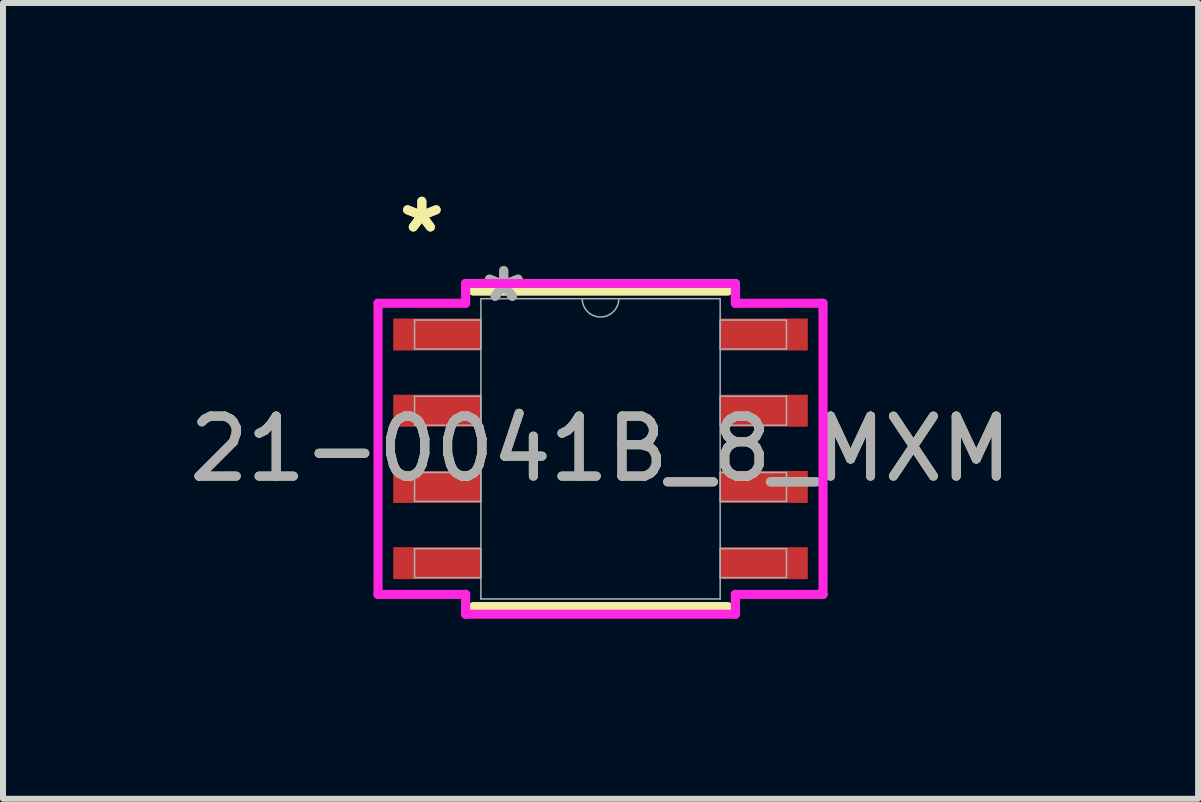
<source format=kicad_pcb>
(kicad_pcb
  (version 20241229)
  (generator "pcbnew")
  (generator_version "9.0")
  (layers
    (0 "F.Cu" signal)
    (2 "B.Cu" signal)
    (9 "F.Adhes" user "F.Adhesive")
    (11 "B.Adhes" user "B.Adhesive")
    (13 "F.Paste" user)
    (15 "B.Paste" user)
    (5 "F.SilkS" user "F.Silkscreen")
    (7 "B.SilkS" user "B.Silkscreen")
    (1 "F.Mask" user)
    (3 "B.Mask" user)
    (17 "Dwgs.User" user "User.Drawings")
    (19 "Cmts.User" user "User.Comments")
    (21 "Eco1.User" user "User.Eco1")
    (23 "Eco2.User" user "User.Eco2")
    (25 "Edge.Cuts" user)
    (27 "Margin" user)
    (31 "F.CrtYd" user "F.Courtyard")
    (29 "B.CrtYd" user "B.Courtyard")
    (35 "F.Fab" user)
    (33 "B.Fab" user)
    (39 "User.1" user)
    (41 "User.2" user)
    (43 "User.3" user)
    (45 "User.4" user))
  (footprint "21-0041B_8_MXM"
    (layer "F.Cu")
    (at 6.958 4.43)
    (property "Reference" "21-0041B_8_MXM" (at 0 0 0) (unlocked yes) (layer "F.SilkS") (effects (font (size 1 1) (thickness 0.15))))
    (attr smd)
    (fp_line (start -2.121 2.629) (end 2.121 2.629) (stroke (width 0.152) (type solid)) (layer "F.SilkS"))
    (fp_line (start 2.121 -2.629) (end -2.121 -2.629) (stroke (width 0.152) (type solid)) (layer "F.SilkS"))
    (fp_line (start -3.708 -2.426) (end -2.248 -2.426) (stroke (width 0.152) (type solid)) (layer "F.CrtYd"))
    (fp_line (start -3.708 2.426) (end -3.708 -2.426) (stroke (width 0.152) (type solid)) (layer "F.CrtYd"))
    (fp_line (start -3.708 2.426) (end -2.248 2.426) (stroke (width 0.152) (type solid)) (layer "F.CrtYd"))
    (fp_line (start -2.248 -2.756) (end 2.248 -2.756) (stroke (width 0.152) (type solid)) (layer "F.CrtYd"))
    (fp_line (start -2.248 -2.426) (end -2.248 -2.756) (stroke (width 0.152) (type solid)) (layer "F.CrtYd"))
    (fp_line (start -2.248 2.756) (end -2.248 2.426) (stroke (width 0.152) (type solid)) (layer "F.CrtYd"))
    (fp_line (start 2.248 -2.756) (end 2.248 -2.426) (stroke (width 0.152) (type solid)) (layer "F.CrtYd"))
    (fp_line (start 2.248 2.426) (end 2.248 2.756) (stroke (width 0.152) (type solid)) (layer "F.CrtYd"))
    (fp_line (start 2.248 2.756) (end -2.248 2.756) (stroke (width 0.152) (type solid)) (layer "F.CrtYd"))
    (fp_line (start 3.708 -2.426) (end 2.248 -2.426) (stroke (width 0.152) (type solid)) (layer "F.CrtYd"))
    (fp_line (start 3.708 -2.426) (end 3.708 2.426) (stroke (width 0.152) (type solid)) (layer "F.CrtYd"))
    (fp_line (start 3.708 2.426) (end 2.248 2.426) (stroke (width 0.152) (type solid)) (layer "F.CrtYd"))
    (fp_line (start -3.099 -2.146) (end -3.099 -1.664) (stroke (width 0.025) (type solid)) (layer "F.Fab"))
    (fp_line (start -3.099 -1.664) (end -1.994 -1.664) (stroke (width 0.025) (type solid)) (layer "F.Fab"))
    (fp_line (start -3.099 -0.876) (end -3.099 -0.394) (stroke (width 0.025) (type solid)) (layer "F.Fab"))
    (fp_line (start -3.099 -0.394) (end -1.994 -0.394) (stroke (width 0.025) (type solid)) (layer "F.Fab"))
    (fp_line (start -3.099 0.394) (end -3.099 0.876) (stroke (width 0.025) (type solid)) (layer "F.Fab"))
    (fp_line (start -3.099 0.876) (end -1.994 0.876) (stroke (width 0.025) (type solid)) (layer "F.Fab"))
    (fp_line (start -3.099 1.664) (end -3.099 2.146) (stroke (width 0.025) (type solid)) (layer "F.Fab"))
    (fp_line (start -3.099 2.146) (end -1.994 2.146) (stroke (width 0.025) (type solid)) (layer "F.Fab"))
    (fp_line (start -1.994 -2.502) (end -1.994 2.502) (stroke (width 0.025) (type solid)) (layer "F.Fab"))
    (fp_line (start -1.994 -2.146) (end -3.099 -2.146) (stroke (width 0.025) (type solid)) (layer "F.Fab"))
    (fp_line (start -1.994 -1.664) (end -1.994 -2.146) (stroke (width 0.025) (type solid)) (layer "F.Fab"))
    (fp_line (start -1.994 -0.876) (end -3.099 -0.876) (stroke (width 0.025) (type solid)) (layer "F.Fab"))
    (fp_line (start -1.994 -0.394) (end -1.994 -0.876) (stroke (width 0.025) (type solid)) (layer "F.Fab"))
    (fp_line (start -1.994 0.394) (end -3.099 0.394) (stroke (width 0.025) (type solid)) (layer "F.Fab"))
    (fp_line (start -1.994 0.876) (end -1.994 0.394) (stroke (width 0.025) (type solid)) (layer "F.Fab"))
    (fp_line (start -1.994 1.664) (end -3.099 1.664) (stroke (width 0.025) (type solid)) (layer "F.Fab"))
    (fp_line (start -1.994 2.146) (end -1.994 1.664) (stroke (width 0.025) (type solid)) (layer "F.Fab"))
    (fp_line (start -1.994 2.502) (end 1.994 2.502) (stroke (width 0.025) (type solid)) (layer "F.Fab"))
    (fp_line (start 1.994 -2.502) (end -1.994 -2.502) (stroke (width 0.025) (type solid)) (layer "F.Fab"))
    (fp_line (start 1.994 -2.146) (end 1.994 -1.664) (stroke (width 0.025) (type solid)) (layer "F.Fab"))
    (fp_line (start 1.994 -1.664) (end 3.099 -1.664) (stroke (width 0.025) (type solid)) (layer "F.Fab"))
    (fp_line (start 1.994 -0.876) (end 1.994 -0.394) (stroke (width 0.025) (type solid)) (layer "F.Fab"))
    (fp_line (start 1.994 -0.394) (end 3.099 -0.394) (stroke (width 0.025) (type solid)) (layer "F.Fab"))
    (fp_line (start 1.994 0.394) (end 1.994 0.876) (stroke (width 0.025) (type solid)) (layer "F.Fab"))
    (fp_line (start 1.994 0.876) (end 3.099 0.876) (stroke (width 0.025) (type solid)) (layer "F.Fab"))
    (fp_line (start 1.994 1.664) (end 1.994 2.146) (stroke (width 0.025) (type solid)) (layer "F.Fab"))
    (fp_line (start 1.994 2.146) (end 3.099 2.146) (stroke (width 0.025) (type solid)) (layer "F.Fab"))
    (fp_line (start 1.994 2.502) (end 1.994 -2.502) (stroke (width 0.025) (type solid)) (layer "F.Fab"))
    (fp_line (start 3.099 -2.146) (end 1.994 -2.146) (stroke (width 0.025) (type solid)) (layer "F.Fab"))
    (fp_line (start 3.099 -1.664) (end 3.099 -2.146) (stroke (width 0.025) (type solid)) (layer "F.Fab"))
    (fp_line (start 3.099 -0.876) (end 1.994 -0.876) (stroke (width 0.025) (type solid)) (layer "F.Fab"))
    (fp_line (start 3.099 -0.394) (end 3.099 -0.876) (stroke (width 0.025) (type solid)) (layer "F.Fab"))
    (fp_line (start 3.099 0.394) (end 1.994 0.394) (stroke (width 0.025) (type solid)) (layer "F.Fab"))
    (fp_line (start 3.099 0.876) (end 3.099 0.394) (stroke (width 0.025) (type solid)) (layer "F.Fab"))
    (fp_line (start 3.099 1.664) (end 1.994 1.664) (stroke (width 0.025) (type solid)) (layer "F.Fab"))
    (fp_line (start 3.099 2.146) (end 3.099 1.664) (stroke (width 0.025) (type solid)) (layer "F.Fab"))
    (fp_arc (start 0.3048 -2.5019) (mid 0 -2.1971) (end -0.3048 -2.5019) (stroke (width 0.0254) (type solid)) (layer "F.Fab"))
    (fp_text user "*" (at -2.978 -3.581 0) (unlocked yes) (layer "F.SilkS") (effects (font (size 1 1) (thickness 0.15))))
    (fp_text user "*" (at -2.978 -3.581 0) (layer "F.SilkS") (effects (font (size 1 1) (thickness 0.15))))
    (fp_text user "*" (at -1.613 -2.426 0) (layer "F.Fab") (effects (font (size 1 1) (thickness 0.15))))
    (fp_text user "${REFERENCE}" (at 0 0 0) (unlocked yes) (layer "F.Fab") (effects (font (size 1 1) (thickness 0.15))))
    (fp_text user "*" (at -1.613 -2.426 0) (unlocked yes) (layer "F.Fab") (effects (font (size 1 1) (thickness 0.15))))
    (pad "1" smd rect (at -2.724 -1.905) (size 1.46 0.533) (layers "F.Cu" "F.Mask" "F.Paste"))
    (pad "2" smd rect (at -2.724 -0.635) (size 1.46 0.533) (layers "F.Cu" "F.Mask" "F.Paste"))
    (pad "3" smd rect (at -2.724 0.635) (size 1.46 0.533) (layers "F.Cu" "F.Mask" "F.Paste"))
    (pad "4" smd rect (at -2.724 1.905) (size 1.46 0.533) (layers "F.Cu" "F.Mask" "F.Paste"))
    (pad "5" smd rect (at 2.724 1.905) (size 1.46 0.533) (layers "F.Cu" "F.Mask" "F.Paste"))
    (pad "6" smd rect (at 2.724 0.635) (size 1.46 0.533) (layers "F.Cu" "F.Mask" "F.Paste"))
    (pad "7" smd rect (at 2.724 -0.635) (size 1.46 0.533) (layers "F.Cu" "F.Mask" "F.Paste"))
    (pad "8" smd rect (at 2.724 -1.905) (size 1.46 0.533) (layers "F.Cu" "F.Mask" "F.Paste")))
  (gr_rect
    (start -3 -3)
    (end 16.917 10.262)
    (stroke (width 0.1) (type default))
    (fill no)
    (layer "Edge.Cuts")))
</source>
